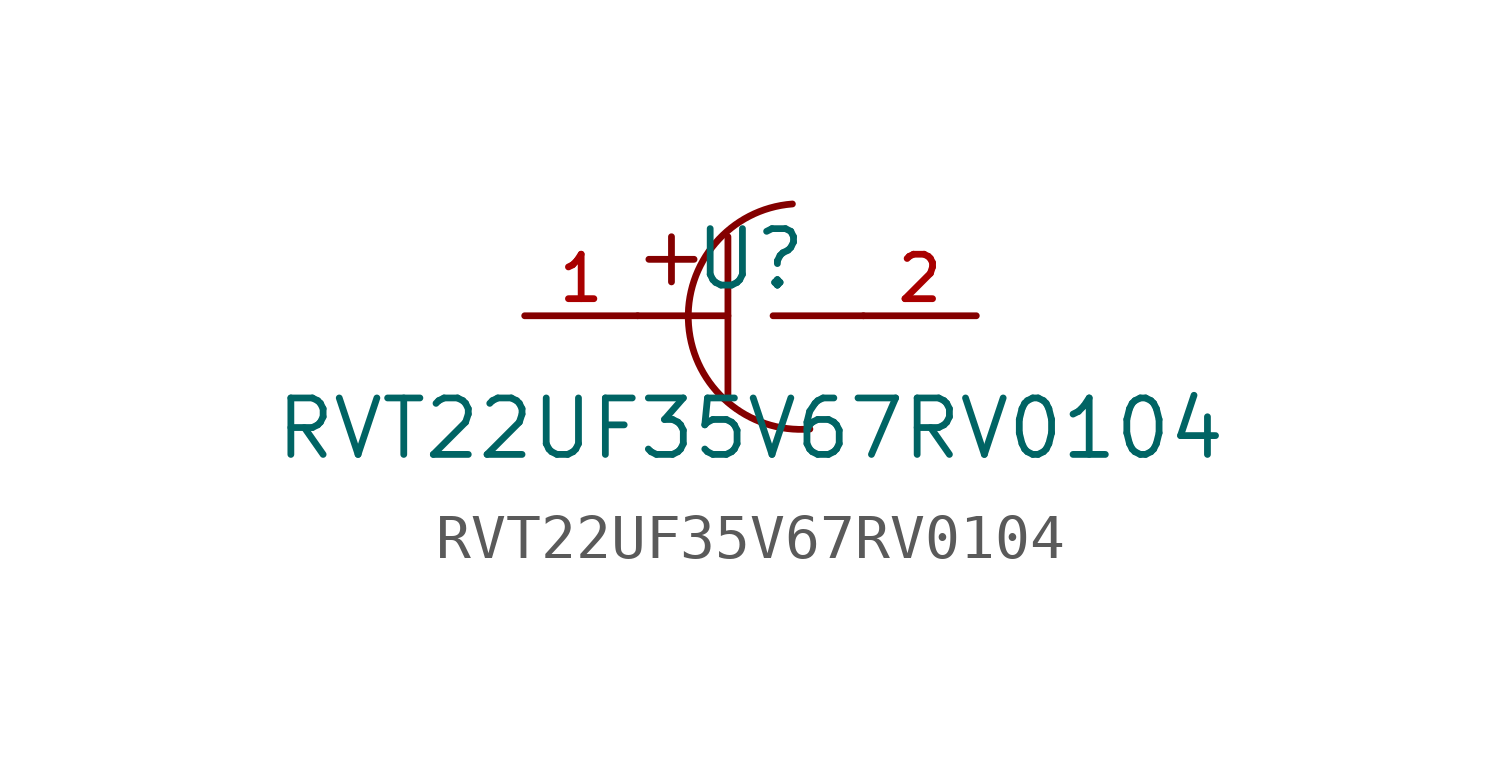
<source format=kicad_sym>
(kicad_symbol_lib
  (version 20210201)
  (generator TousstNicolas/JLC2KiCad_lib)
  (symbol "RVT22UF35V67RV0104"
    (pin_names hide)
    (property "Reference" "U"
      (at 0 1.27 0)
      (effects (font (size 1.27 1.27))))
    (property "Value" "RVT22UF35V67RV0104"
      (at 0 -2.54 0)
      (effects (font (size 1.27 1.27))))
    (symbol "RVT22UF35V67RV0104_0_1"
      (polyline (pts (xy -0.508 1.778) (xy -0.508 -1.778)) (stroke (width 0) (type default) (color 0 0 0 0)) (fill (type none)))
      (pin input line (at -5.08 -0.0 0) (length 2.54) (name "1" (effects (font (size 1 1)))) (number "1" (effects (font (size 1 1)))))
      (pin input line (at 5.08 -0.0 180) (length 2.54) (name "2" (effects (font (size 1 1)))) (number "2" (effects (font (size 1 1)))))
      (polyline (pts (xy -2.54 -0.0) (xy -0.508 -0.0)) (stroke (width 0) (type default) (color 0 0 0 0)) (fill (type none)))
      (polyline (pts (xy 0.508 -0.0) (xy 2.54 -0.0)) (stroke (width 0) (type default) (color 0 0 0 0)) (fill (type none)))
      (arc (start 1.336076669933015 -2.5488732196922568) (mid -1.393170600892016 -0.2133945408688318) (end 0.942308016927978 2.515852782158215) (stroke (width 0) (type default) (color 0 0 0 0)) (fill (type none)))
      (polyline (pts (xy -2.286 1.27) (xy -1.27 1.27)) (stroke (width 0) (type default) (color 0 0 0 0)) (fill (type none)))
      (polyline (pts (xy -1.778 1.778) (xy -1.778 0.762)) (stroke (width 0) (type default) (color 0 0 0 0)) (fill (type none))))))
</source>
